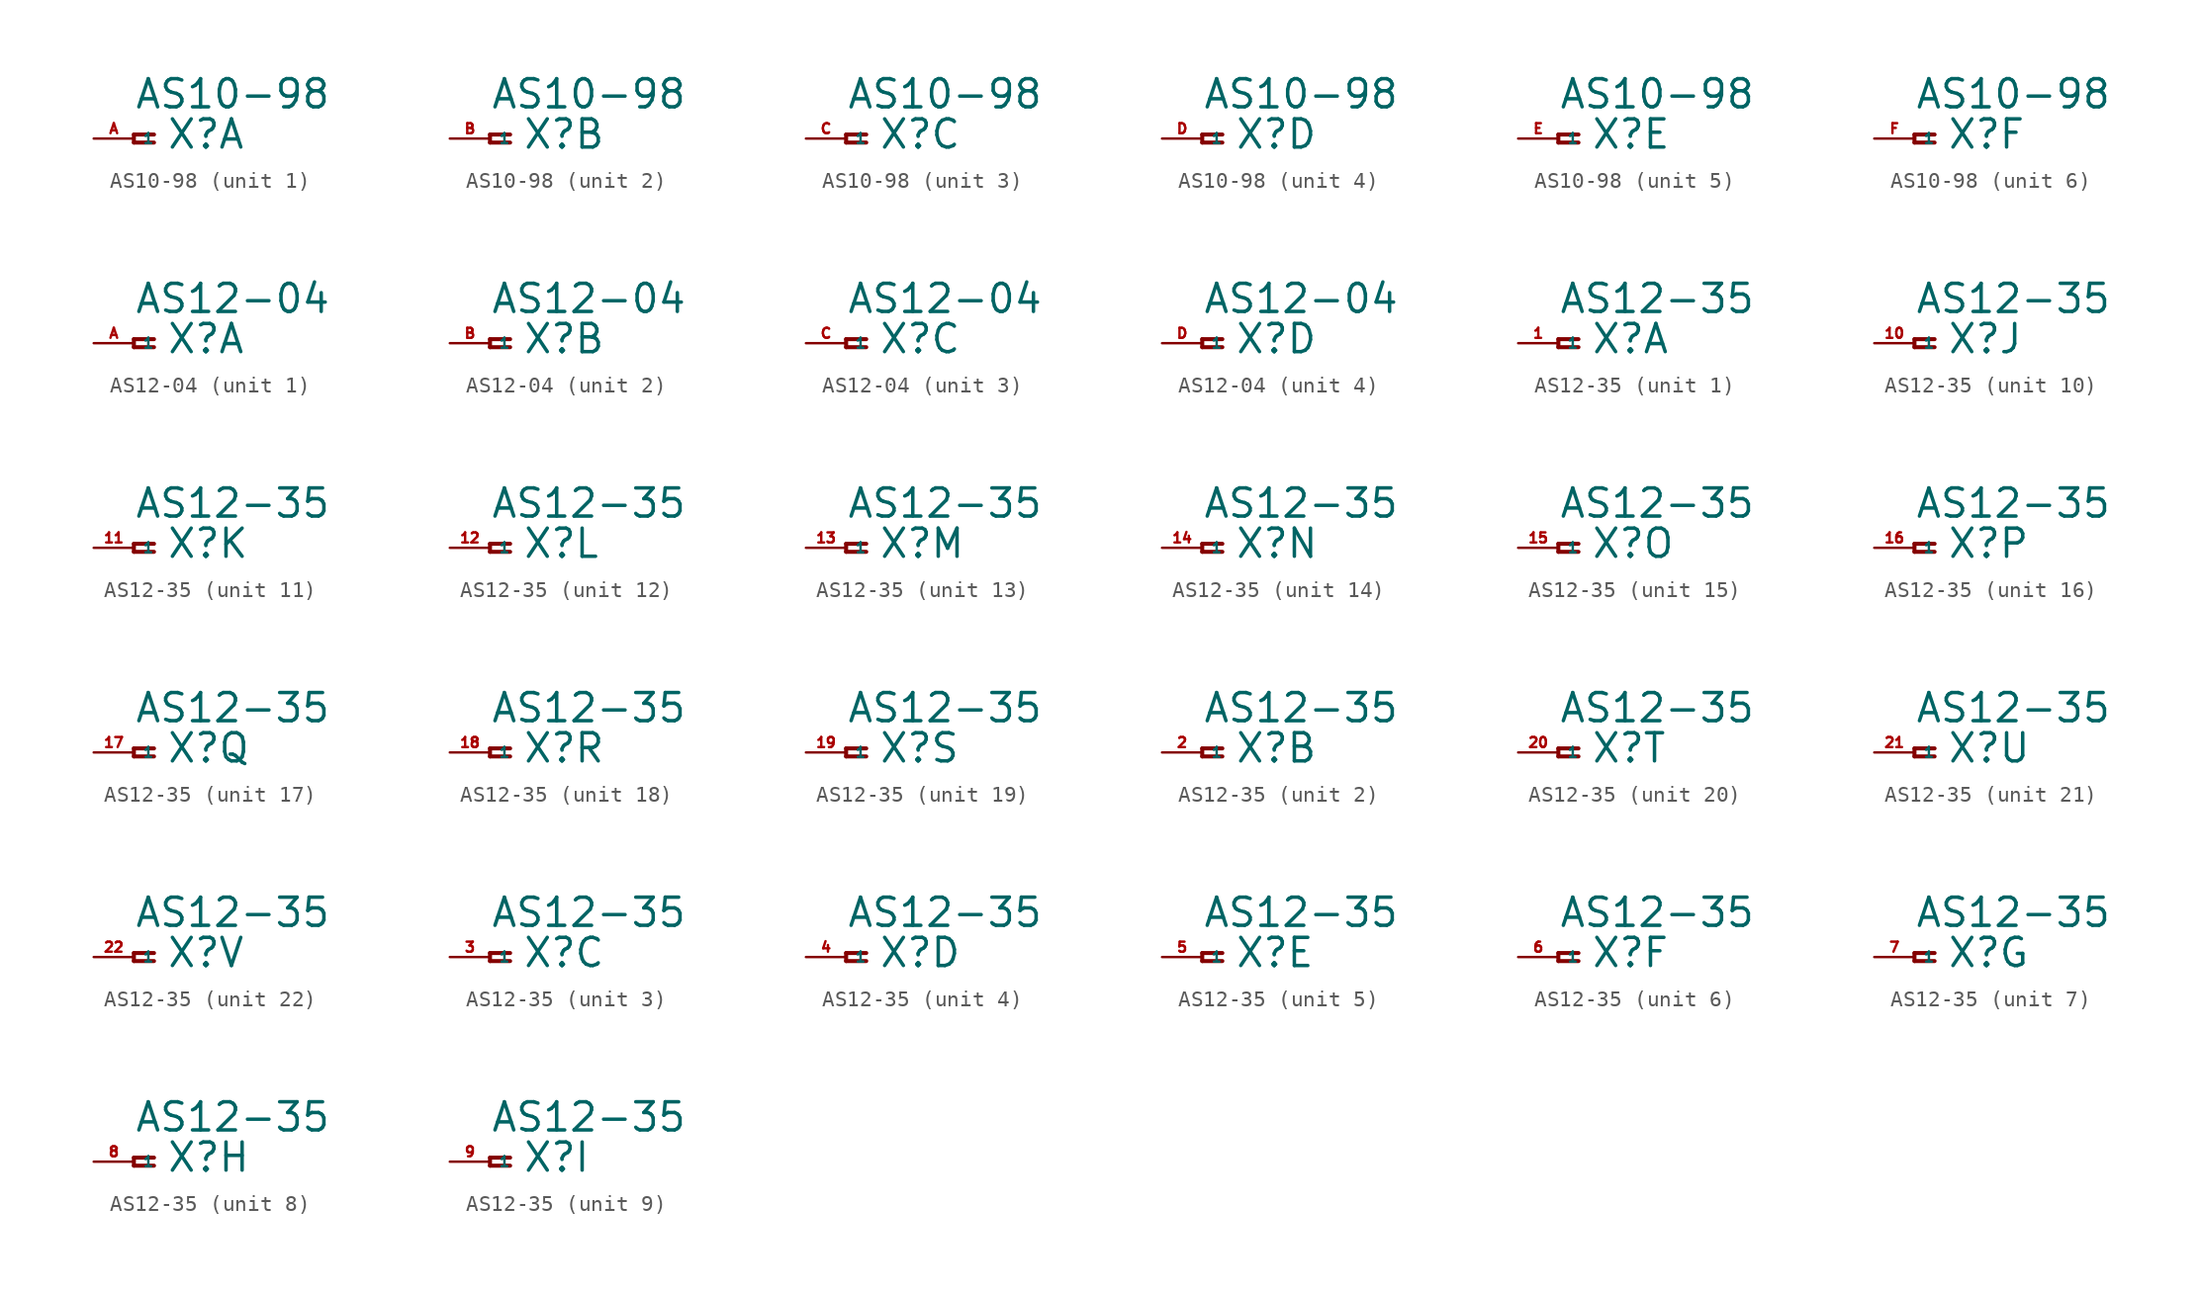
<source format=kicad_sym>
(kicad_symbol_lib
  (version 20220914)
  (generator Eagle2Kicad)
  (symbol "AS10-98"
    (property "Reference" "X"
      (at 2.032 -0.762 0)
      (effects (font (size 1.778 1.778) (thickness 0.22)) (justify left bottom)))
    (property "Value" "AS10-98"
      (at 0 1.778 0)
      (effects (font (size 1.778 1.778) (thickness 0.22)) (justify left bottom)))
    (symbol "AS10-98_1_0"
      (polyline (pts (xy 1.27 0.254) (xy 0 0.254)) (stroke (width 0.254) (type default)) (fill (type none)))
      (polyline (pts (xy 0 0.254) (xy 0 -0.254)) (stroke (width 0.254) (type default)) (fill (type none)))
      (polyline (pts (xy 0 -0.254) (xy 1.27 -0.254)) (stroke (width 0.254) (type default)) (fill (type none)))
      (pin passive line (at -2.54 0 0) (length 2.54) (name "1" (effects (font (size 0.635 0.635) (thickness 0.08)) (justify left bottom))) (number "A" (effects (font (size 0.635 0.635) (thickness 0.08)) (justify left bottom)))))
    (symbol "AS10-98_2_0"
      (polyline (pts (xy 1.27 0.254) (xy 0 0.254)) (stroke (width 0.254) (type default)) (fill (type none)))
      (polyline (pts (xy 0 0.254) (xy 0 -0.254)) (stroke (width 0.254) (type default)) (fill (type none)))
      (polyline (pts (xy 0 -0.254) (xy 1.27 -0.254)) (stroke (width 0.254) (type default)) (fill (type none)))
      (pin passive line (at -2.54 0 0) (length 2.54) (name "1" (effects (font (size 0.635 0.635) (thickness 0.08)) (justify left bottom))) (number "B" (effects (font (size 0.635 0.635) (thickness 0.08)) (justify left bottom)))))
    (symbol "AS10-98_3_0"
      (polyline (pts (xy 1.27 0.254) (xy 0 0.254)) (stroke (width 0.254) (type default)) (fill (type none)))
      (polyline (pts (xy 0 0.254) (xy 0 -0.254)) (stroke (width 0.254) (type default)) (fill (type none)))
      (polyline (pts (xy 0 -0.254) (xy 1.27 -0.254)) (stroke (width 0.254) (type default)) (fill (type none)))
      (pin passive line (at -2.54 0 0) (length 2.54) (name "1" (effects (font (size 0.635 0.635) (thickness 0.08)) (justify left bottom))) (number "C" (effects (font (size 0.635 0.635) (thickness 0.08)) (justify left bottom)))))
    (symbol "AS10-98_4_0"
      (polyline (pts (xy 1.27 0.254) (xy 0 0.254)) (stroke (width 0.254) (type default)) (fill (type none)))
      (polyline (pts (xy 0 0.254) (xy 0 -0.254)) (stroke (width 0.254) (type default)) (fill (type none)))
      (polyline (pts (xy 0 -0.254) (xy 1.27 -0.254)) (stroke (width 0.254) (type default)) (fill (type none)))
      (pin passive line (at -2.54 0 0) (length 2.54) (name "1" (effects (font (size 0.635 0.635) (thickness 0.08)) (justify left bottom))) (number "D" (effects (font (size 0.635 0.635) (thickness 0.08)) (justify left bottom)))))
    (symbol "AS10-98_5_0"
      (polyline (pts (xy 1.27 0.254) (xy 0 0.254)) (stroke (width 0.254) (type default)) (fill (type none)))
      (polyline (pts (xy 0 0.254) (xy 0 -0.254)) (stroke (width 0.254) (type default)) (fill (type none)))
      (polyline (pts (xy 0 -0.254) (xy 1.27 -0.254)) (stroke (width 0.254) (type default)) (fill (type none)))
      (pin passive line (at -2.54 0 0) (length 2.54) (name "1" (effects (font (size 0.635 0.635) (thickness 0.08)) (justify left bottom))) (number "E" (effects (font (size 0.635 0.635) (thickness 0.08)) (justify left bottom)))))
    (symbol "AS10-98_6_0"
      (polyline (pts (xy 1.27 0.254) (xy 0 0.254)) (stroke (width 0.254) (type default)) (fill (type none)))
      (polyline (pts (xy 0 0.254) (xy 0 -0.254)) (stroke (width 0.254) (type default)) (fill (type none)))
      (polyline (pts (xy 0 -0.254) (xy 1.27 -0.254)) (stroke (width 0.254) (type default)) (fill (type none)))
      (pin passive line (at -2.54 0 0) (length 2.54) (name "1" (effects (font (size 0.635 0.635) (thickness 0.08)) (justify left bottom))) (number "F" (effects (font (size 0.635 0.635) (thickness 0.08)) (justify left bottom))))))
  (symbol "AS12-04"
    (property "Reference" "X"
      (at 2.032 -0.762 0)
      (effects (font (size 1.778 1.778) (thickness 0.22)) (justify left bottom)))
    (property "Value" "AS12-04"
      (at 0 1.778 0)
      (effects (font (size 1.778 1.778) (thickness 0.22)) (justify left bottom)))
    (symbol "AS12-04_1_0"
      (polyline (pts (xy 1.27 0.254) (xy 0 0.254)) (stroke (width 0.254) (type default)) (fill (type none)))
      (polyline (pts (xy 0 0.254) (xy 0 -0.254)) (stroke (width 0.254) (type default)) (fill (type none)))
      (polyline (pts (xy 0 -0.254) (xy 1.27 -0.254)) (stroke (width 0.254) (type default)) (fill (type none)))
      (pin passive line (at -2.54 0 0) (length 2.54) (name "1" (effects (font (size 0.635 0.635) (thickness 0.08)) (justify left bottom))) (number "A" (effects (font (size 0.635 0.635) (thickness 0.08)) (justify left bottom)))))
    (symbol "AS12-04_2_0"
      (polyline (pts (xy 1.27 0.254) (xy 0 0.254)) (stroke (width 0.254) (type default)) (fill (type none)))
      (polyline (pts (xy 0 0.254) (xy 0 -0.254)) (stroke (width 0.254) (type default)) (fill (type none)))
      (polyline (pts (xy 0 -0.254) (xy 1.27 -0.254)) (stroke (width 0.254) (type default)) (fill (type none)))
      (pin passive line (at -2.54 0 0) (length 2.54) (name "1" (effects (font (size 0.635 0.635) (thickness 0.08)) (justify left bottom))) (number "B" (effects (font (size 0.635 0.635) (thickness 0.08)) (justify left bottom)))))
    (symbol "AS12-04_3_0"
      (polyline (pts (xy 1.27 0.254) (xy 0 0.254)) (stroke (width 0.254) (type default)) (fill (type none)))
      (polyline (pts (xy 0 0.254) (xy 0 -0.254)) (stroke (width 0.254) (type default)) (fill (type none)))
      (polyline (pts (xy 0 -0.254) (xy 1.27 -0.254)) (stroke (width 0.254) (type default)) (fill (type none)))
      (pin passive line (at -2.54 0 0) (length 2.54) (name "1" (effects (font (size 0.635 0.635) (thickness 0.08)) (justify left bottom))) (number "C" (effects (font (size 0.635 0.635) (thickness 0.08)) (justify left bottom)))))
    (symbol "AS12-04_4_0"
      (polyline (pts (xy 1.27 0.254) (xy 0 0.254)) (stroke (width 0.254) (type default)) (fill (type none)))
      (polyline (pts (xy 0 0.254) (xy 0 -0.254)) (stroke (width 0.254) (type default)) (fill (type none)))
      (polyline (pts (xy 0 -0.254) (xy 1.27 -0.254)) (stroke (width 0.254) (type default)) (fill (type none)))
      (pin passive line (at -2.54 0 0) (length 2.54) (name "1" (effects (font (size 0.635 0.635) (thickness 0.08)) (justify left bottom))) (number "D" (effects (font (size 0.635 0.635) (thickness 0.08)) (justify left bottom))))))
  (symbol "AS12-35"
    (property "Reference" "X"
      (at 2.032 -0.762 0)
      (effects (font (size 1.778 1.778) (thickness 0.22)) (justify left bottom)))
    (property "Value" "AS12-35"
      (at 0 1.778 0)
      (effects (font (size 1.778 1.778) (thickness 0.22)) (justify left bottom)))
    (symbol "AS12-35_1_0"
      (polyline (pts (xy 1.27 0.254) (xy 0 0.254)) (stroke (width 0.254) (type default)) (fill (type none)))
      (polyline (pts (xy 0 0.254) (xy 0 -0.254)) (stroke (width 0.254) (type default)) (fill (type none)))
      (polyline (pts (xy 0 -0.254) (xy 1.27 -0.254)) (stroke (width 0.254) (type default)) (fill (type none)))
      (pin passive line (at -2.54 0 0) (length 2.54) (name "1" (effects (font (size 0.635 0.635) (thickness 0.08)) (justify left bottom))) (number "1" (effects (font (size 0.635 0.635) (thickness 0.08)) (justify left bottom)))))
    (symbol "AS12-35_2_0"
      (polyline (pts (xy 1.27 0.254) (xy 0 0.254)) (stroke (width 0.254) (type default)) (fill (type none)))
      (polyline (pts (xy 0 0.254) (xy 0 -0.254)) (stroke (width 0.254) (type default)) (fill (type none)))
      (polyline (pts (xy 0 -0.254) (xy 1.27 -0.254)) (stroke (width 0.254) (type default)) (fill (type none)))
      (pin passive line (at -2.54 0 0) (length 2.54) (name "1" (effects (font (size 0.635 0.635) (thickness 0.08)) (justify left bottom))) (number "2" (effects (font (size 0.635 0.635) (thickness 0.08)) (justify left bottom)))))
    (symbol "AS12-35_3_0"
      (polyline (pts (xy 1.27 0.254) (xy 0 0.254)) (stroke (width 0.254) (type default)) (fill (type none)))
      (polyline (pts (xy 0 0.254) (xy 0 -0.254)) (stroke (width 0.254) (type default)) (fill (type none)))
      (polyline (pts (xy 0 -0.254) (xy 1.27 -0.254)) (stroke (width 0.254) (type default)) (fill (type none)))
      (pin passive line (at -2.54 0 0) (length 2.54) (name "1" (effects (font (size 0.635 0.635) (thickness 0.08)) (justify left bottom))) (number "3" (effects (font (size 0.635 0.635) (thickness 0.08)) (justify left bottom)))))
    (symbol "AS12-35_4_0"
      (polyline (pts (xy 1.27 0.254) (xy 0 0.254)) (stroke (width 0.254) (type default)) (fill (type none)))
      (polyline (pts (xy 0 0.254) (xy 0 -0.254)) (stroke (width 0.254) (type default)) (fill (type none)))
      (polyline (pts (xy 0 -0.254) (xy 1.27 -0.254)) (stroke (width 0.254) (type default)) (fill (type none)))
      (pin passive line (at -2.54 0 0) (length 2.54) (name "1" (effects (font (size 0.635 0.635) (thickness 0.08)) (justify left bottom))) (number "4" (effects (font (size 0.635 0.635) (thickness 0.08)) (justify left bottom)))))
    (symbol "AS12-35_5_0"
      (polyline (pts (xy 1.27 0.254) (xy 0 0.254)) (stroke (width 0.254) (type default)) (fill (type none)))
      (polyline (pts (xy 0 0.254) (xy 0 -0.254)) (stroke (width 0.254) (type default)) (fill (type none)))
      (polyline (pts (xy 0 -0.254) (xy 1.27 -0.254)) (stroke (width 0.254) (type default)) (fill (type none)))
      (pin passive line (at -2.54 0 0) (length 2.54) (name "1" (effects (font (size 0.635 0.635) (thickness 0.08)) (justify left bottom))) (number "5" (effects (font (size 0.635 0.635) (thickness 0.08)) (justify left bottom)))))
    (symbol "AS12-35_6_0"
      (polyline (pts (xy 1.27 0.254) (xy 0 0.254)) (stroke (width 0.254) (type default)) (fill (type none)))
      (polyline (pts (xy 0 0.254) (xy 0 -0.254)) (stroke (width 0.254) (type default)) (fill (type none)))
      (polyline (pts (xy 0 -0.254) (xy 1.27 -0.254)) (stroke (width 0.254) (type default)) (fill (type none)))
      (pin passive line (at -2.54 0 0) (length 2.54) (name "1" (effects (font (size 0.635 0.635) (thickness 0.08)) (justify left bottom))) (number "6" (effects (font (size 0.635 0.635) (thickness 0.08)) (justify left bottom)))))
    (symbol "AS12-35_7_0"
      (polyline (pts (xy 1.27 0.254) (xy 0 0.254)) (stroke (width 0.254) (type default)) (fill (type none)))
      (polyline (pts (xy 0 0.254) (xy 0 -0.254)) (stroke (width 0.254) (type default)) (fill (type none)))
      (polyline (pts (xy 0 -0.254) (xy 1.27 -0.254)) (stroke (width 0.254) (type default)) (fill (type none)))
      (pin passive line (at -2.54 0 0) (length 2.54) (name "1" (effects (font (size 0.635 0.635) (thickness 0.08)) (justify left bottom))) (number "7" (effects (font (size 0.635 0.635) (thickness 0.08)) (justify left bottom)))))
    (symbol "AS12-35_8_0"
      (polyline (pts (xy 1.27 0.254) (xy 0 0.254)) (stroke (width 0.254) (type default)) (fill (type none)))
      (polyline (pts (xy 0 0.254) (xy 0 -0.254)) (stroke (width 0.254) (type default)) (fill (type none)))
      (polyline (pts (xy 0 -0.254) (xy 1.27 -0.254)) (stroke (width 0.254) (type default)) (fill (type none)))
      (pin passive line (at -2.54 0 0) (length 2.54) (name "1" (effects (font (size 0.635 0.635) (thickness 0.08)) (justify left bottom))) (number "8" (effects (font (size 0.635 0.635) (thickness 0.08)) (justify left bottom)))))
    (symbol "AS12-35_9_0"
      (polyline (pts (xy 1.27 0.254) (xy 0 0.254)) (stroke (width 0.254) (type default)) (fill (type none)))
      (polyline (pts (xy 0 0.254) (xy 0 -0.254)) (stroke (width 0.254) (type default)) (fill (type none)))
      (polyline (pts (xy 0 -0.254) (xy 1.27 -0.254)) (stroke (width 0.254) (type default)) (fill (type none)))
      (pin passive line (at -2.54 0 0) (length 2.54) (name "1" (effects (font (size 0.635 0.635) (thickness 0.08)) (justify left bottom))) (number "9" (effects (font (size 0.635 0.635) (thickness 0.08)) (justify left bottom)))))
    (symbol "AS12-35_10_0"
      (polyline (pts (xy 1.27 0.254) (xy 0 0.254)) (stroke (width 0.254) (type default)) (fill (type none)))
      (polyline (pts (xy 0 0.254) (xy 0 -0.254)) (stroke (width 0.254) (type default)) (fill (type none)))
      (polyline (pts (xy 0 -0.254) (xy 1.27 -0.254)) (stroke (width 0.254) (type default)) (fill (type none)))
      (pin passive line (at -2.54 0 0) (length 2.54) (name "1" (effects (font (size 0.635 0.635) (thickness 0.08)) (justify left bottom))) (number "10" (effects (font (size 0.635 0.635) (thickness 0.08)) (justify left bottom)))))
    (symbol "AS12-35_11_0"
      (polyline (pts (xy 1.27 0.254) (xy 0 0.254)) (stroke (width 0.254) (type default)) (fill (type none)))
      (polyline (pts (xy 0 0.254) (xy 0 -0.254)) (stroke (width 0.254) (type default)) (fill (type none)))
      (polyline (pts (xy 0 -0.254) (xy 1.27 -0.254)) (stroke (width 0.254) (type default)) (fill (type none)))
      (pin passive line (at -2.54 0 0) (length 2.54) (name "1" (effects (font (size 0.635 0.635) (thickness 0.08)) (justify left bottom))) (number "11" (effects (font (size 0.635 0.635) (thickness 0.08)) (justify left bottom)))))
    (symbol "AS12-35_12_0"
      (polyline (pts (xy 1.27 0.254) (xy 0 0.254)) (stroke (width 0.254) (type default)) (fill (type none)))
      (polyline (pts (xy 0 0.254) (xy 0 -0.254)) (stroke (width 0.254) (type default)) (fill (type none)))
      (polyline (pts (xy 0 -0.254) (xy 1.27 -0.254)) (stroke (width 0.254) (type default)) (fill (type none)))
      (pin passive line (at -2.54 0 0) (length 2.54) (name "1" (effects (font (size 0.635 0.635) (thickness 0.08)) (justify left bottom))) (number "12" (effects (font (size 0.635 0.635) (thickness 0.08)) (justify left bottom)))))
    (symbol "AS12-35_13_0"
      (polyline (pts (xy 1.27 0.254) (xy 0 0.254)) (stroke (width 0.254) (type default)) (fill (type none)))
      (polyline (pts (xy 0 0.254) (xy 0 -0.254)) (stroke (width 0.254) (type default)) (fill (type none)))
      (polyline (pts (xy 0 -0.254) (xy 1.27 -0.254)) (stroke (width 0.254) (type default)) (fill (type none)))
      (pin passive line (at -2.54 0 0) (length 2.54) (name "1" (effects (font (size 0.635 0.635) (thickness 0.08)) (justify left bottom))) (number "13" (effects (font (size 0.635 0.635) (thickness 0.08)) (justify left bottom)))))
    (symbol "AS12-35_14_0"
      (polyline (pts (xy 1.27 0.254) (xy 0 0.254)) (stroke (width 0.254) (type default)) (fill (type none)))
      (polyline (pts (xy 0 0.254) (xy 0 -0.254)) (stroke (width 0.254) (type default)) (fill (type none)))
      (polyline (pts (xy 0 -0.254) (xy 1.27 -0.254)) (stroke (width 0.254) (type default)) (fill (type none)))
      (pin passive line (at -2.54 0 0) (length 2.54) (name "1" (effects (font (size 0.635 0.635) (thickness 0.08)) (justify left bottom))) (number "14" (effects (font (size 0.635 0.635) (thickness 0.08)) (justify left bottom)))))
    (symbol "AS12-35_15_0"
      (polyline (pts (xy 1.27 0.254) (xy 0 0.254)) (stroke (width 0.254) (type default)) (fill (type none)))
      (polyline (pts (xy 0 0.254) (xy 0 -0.254)) (stroke (width 0.254) (type default)) (fill (type none)))
      (polyline (pts (xy 0 -0.254) (xy 1.27 -0.254)) (stroke (width 0.254) (type default)) (fill (type none)))
      (pin passive line (at -2.54 0 0) (length 2.54) (name "1" (effects (font (size 0.635 0.635) (thickness 0.08)) (justify left bottom))) (number "15" (effects (font (size 0.635 0.635) (thickness 0.08)) (justify left bottom)))))
    (symbol "AS12-35_16_0"
      (polyline (pts (xy 1.27 0.254) (xy 0 0.254)) (stroke (width 0.254) (type default)) (fill (type none)))
      (polyline (pts (xy 0 0.254) (xy 0 -0.254)) (stroke (width 0.254) (type default)) (fill (type none)))
      (polyline (pts (xy 0 -0.254) (xy 1.27 -0.254)) (stroke (width 0.254) (type default)) (fill (type none)))
      (pin passive line (at -2.54 0 0) (length 2.54) (name "1" (effects (font (size 0.635 0.635) (thickness 0.08)) (justify left bottom))) (number "16" (effects (font (size 0.635 0.635) (thickness 0.08)) (justify left bottom)))))
    (symbol "AS12-35_17_0"
      (polyline (pts (xy 1.27 0.254) (xy 0 0.254)) (stroke (width 0.254) (type default)) (fill (type none)))
      (polyline (pts (xy 0 0.254) (xy 0 -0.254)) (stroke (width 0.254) (type default)) (fill (type none)))
      (polyline (pts (xy 0 -0.254) (xy 1.27 -0.254)) (stroke (width 0.254) (type default)) (fill (type none)))
      (pin passive line (at -2.54 0 0) (length 2.54) (name "1" (effects (font (size 0.635 0.635) (thickness 0.08)) (justify left bottom))) (number "17" (effects (font (size 0.635 0.635) (thickness 0.08)) (justify left bottom)))))
    (symbol "AS12-35_18_0"
      (polyline (pts (xy 1.27 0.254) (xy 0 0.254)) (stroke (width 0.254) (type default)) (fill (type none)))
      (polyline (pts (xy 0 0.254) (xy 0 -0.254)) (stroke (width 0.254) (type default)) (fill (type none)))
      (polyline (pts (xy 0 -0.254) (xy 1.27 -0.254)) (stroke (width 0.254) (type default)) (fill (type none)))
      (pin passive line (at -2.54 0 0) (length 2.54) (name "1" (effects (font (size 0.635 0.635) (thickness 0.08)) (justify left bottom))) (number "18" (effects (font (size 0.635 0.635) (thickness 0.08)) (justify left bottom)))))
    (symbol "AS12-35_19_0"
      (polyline (pts (xy 1.27 0.254) (xy 0 0.254)) (stroke (width 0.254) (type default)) (fill (type none)))
      (polyline (pts (xy 0 0.254) (xy 0 -0.254)) (stroke (width 0.254) (type default)) (fill (type none)))
      (polyline (pts (xy 0 -0.254) (xy 1.27 -0.254)) (stroke (width 0.254) (type default)) (fill (type none)))
      (pin passive line (at -2.54 0 0) (length 2.54) (name "1" (effects (font (size 0.635 0.635) (thickness 0.08)) (justify left bottom))) (number "19" (effects (font (size 0.635 0.635) (thickness 0.08)) (justify left bottom)))))
    (symbol "AS12-35_20_0"
      (polyline (pts (xy 1.27 0.254) (xy 0 0.254)) (stroke (width 0.254) (type default)) (fill (type none)))
      (polyline (pts (xy 0 0.254) (xy 0 -0.254)) (stroke (width 0.254) (type default)) (fill (type none)))
      (polyline (pts (xy 0 -0.254) (xy 1.27 -0.254)) (stroke (width 0.254) (type default)) (fill (type none)))
      (pin passive line (at -2.54 0 0) (length 2.54) (name "1" (effects (font (size 0.635 0.635) (thickness 0.08)) (justify left bottom))) (number "20" (effects (font (size 0.635 0.635) (thickness 0.08)) (justify left bottom)))))
    (symbol "AS12-35_21_0"
      (polyline (pts (xy 1.27 0.254) (xy 0 0.254)) (stroke (width 0.254) (type default)) (fill (type none)))
      (polyline (pts (xy 0 0.254) (xy 0 -0.254)) (stroke (width 0.254) (type default)) (fill (type none)))
      (polyline (pts (xy 0 -0.254) (xy 1.27 -0.254)) (stroke (width 0.254) (type default)) (fill (type none)))
      (pin passive line (at -2.54 0 0) (length 2.54) (name "1" (effects (font (size 0.635 0.635) (thickness 0.08)) (justify left bottom))) (number "21" (effects (font (size 0.635 0.635) (thickness 0.08)) (justify left bottom)))))
    (symbol "AS12-35_22_0"
      (polyline (pts (xy 1.27 0.254) (xy 0 0.254)) (stroke (width 0.254) (type default)) (fill (type none)))
      (polyline (pts (xy 0 0.254) (xy 0 -0.254)) (stroke (width 0.254) (type default)) (fill (type none)))
      (polyline (pts (xy 0 -0.254) (xy 1.27 -0.254)) (stroke (width 0.254) (type default)) (fill (type none)))
      (pin passive line (at -2.54 0 0) (length 2.54) (name "1" (effects (font (size 0.635 0.635) (thickness 0.08)) (justify left bottom))) (number "22" (effects (font (size 0.635 0.635) (thickness 0.08)) (justify left bottom)))))))
</source>
